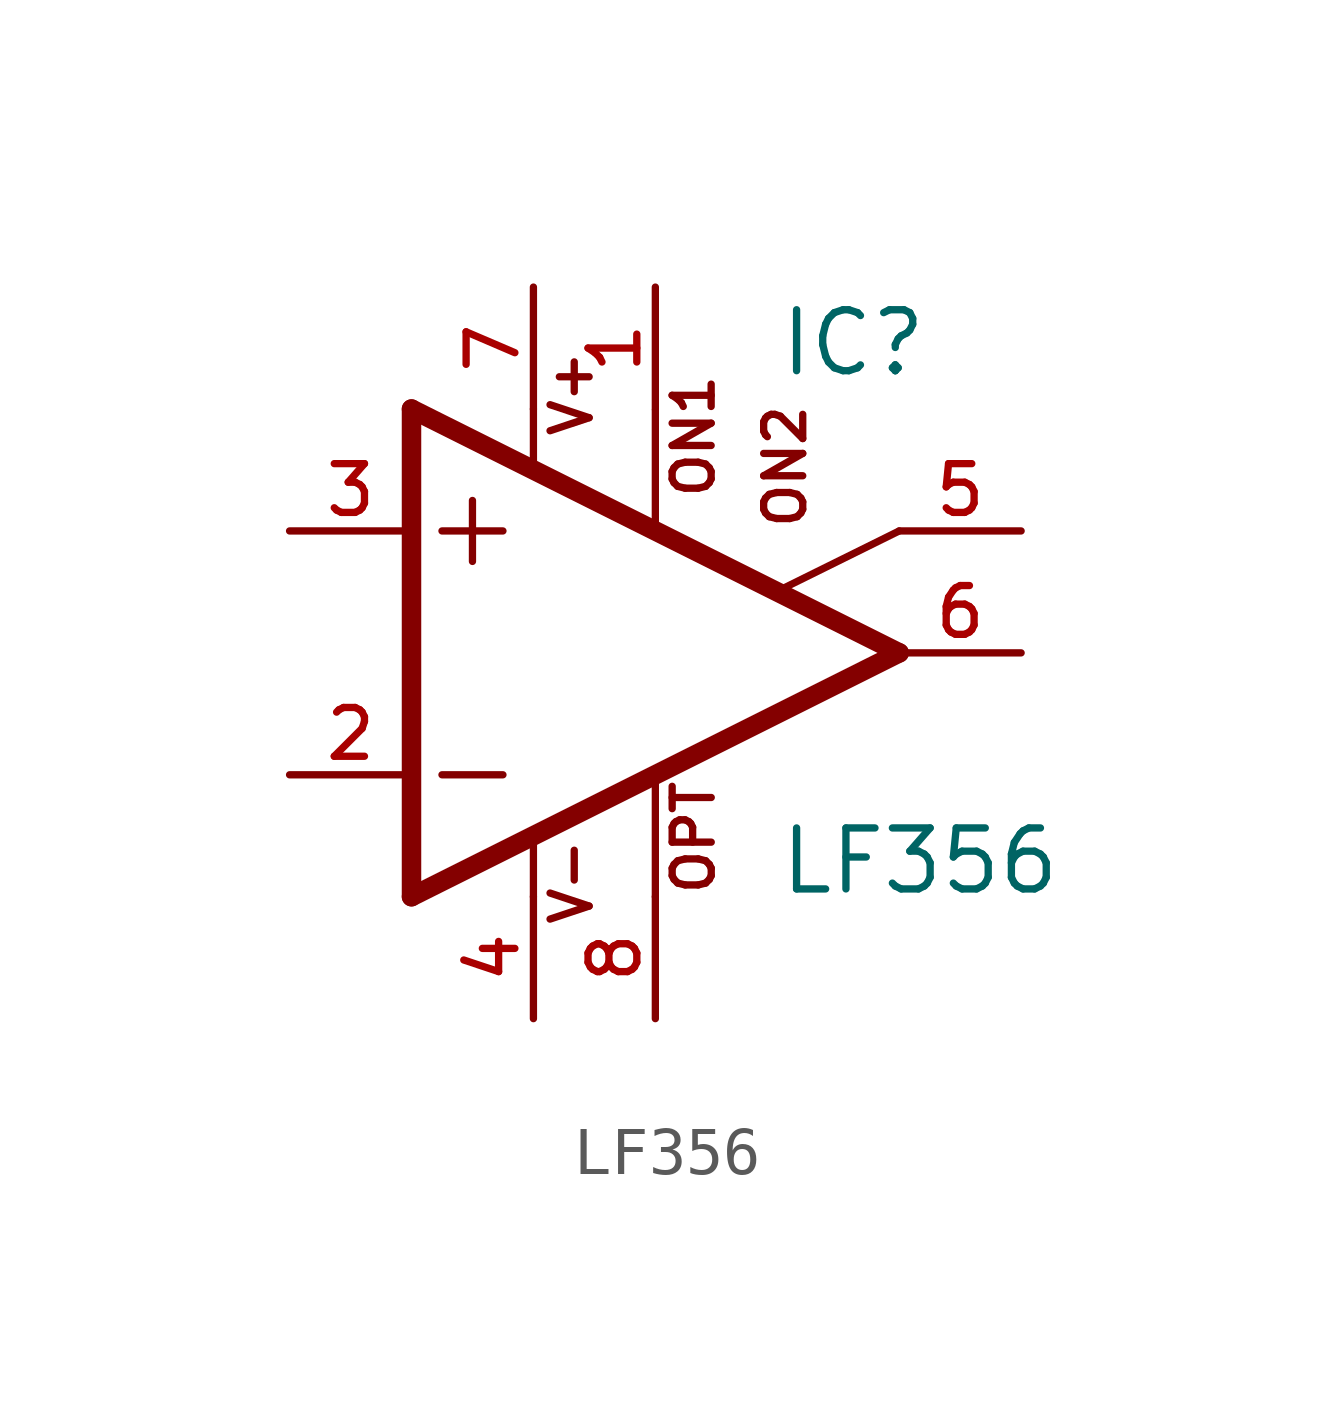
<source format=kicad_sym>
(kicad_symbol_lib
  (version 20211014)
  (generator kicad_symbol_editor)
  (symbol "LF356"
    (pin_names
      (offset 1.016))
    (property "Reference" "IC"
      (at 2.54 5.715 0)
      (effects (font (size 1.27 1.27)) (justify bottom left)))
    (property "Value" "LF356"
      (at 2.54 -5.081 0)
      (effects (font (size 1.27 1.27)) (justify bottom left)))
    (symbol "LF356_0_0"
      (polyline (pts (xy -3.81 3.175) (xy -3.81 1.905)) (stroke (width 0.152)))
      (polyline (pts (xy -4.445 2.54) (xy -3.175 2.54)) (stroke (width 0.152)))
      (polyline (pts (xy -4.445 -2.54) (xy -3.175 -2.54)) (stroke (width 0.152)))
      (polyline (pts (xy -2.54 5.08) (xy -2.54 3.886)) (stroke (width 0.152)))
      (polyline (pts (xy 0.0 5.055) (xy 0.0 2.616)) (stroke (width 0.152)))
      (polyline (pts (xy 0.0 -2.616) (xy 0.0 -5.08)) (stroke (width 0.152)))
      (polyline (pts (xy -2.54 -3.912) (xy -2.54 -5.08)) (stroke (width 0.152)))
      (polyline (pts (xy 5.08 2.54) (xy 2.616 1.321)) (stroke (width 0.152)))
      (polyline (pts (xy 5.08 0.0) (xy -5.08 5.08)) (stroke (width 0.406)))
      (polyline (pts (xy -5.08 5.08) (xy -5.08 -5.08)) (stroke (width 0.406)))
      (polyline (pts (xy -5.08 -5.08) (xy 5.08 0.0)) (stroke (width 0.406)))
      (text "ON1" (at 1.27 3.175 900) (effects (font (size 0.813 0.813)) (justify bottom left)))
      (text "ON2" (at 3.178 2.543 900) (effects (font (size 0.814 0.814)) (justify bottom left)))
      (text "OPT" (at 1.272 -5.09 900) (effects (font (size 0.814 0.814)) (justify bottom left)))
      (text "V+" (at -1.272 4.45 900) (effects (font (size 0.814 0.814)) (justify bottom left)))
      (text "V-" (at -1.272 -5.724 900) (effects (font (size 0.814 0.814)) (justify bottom left)))
      (pin passive line (at 7.62 2.54 180.0) (length 2.54) (name "~" (effects (font (size 1.016 1.016)))) (number "5" (effects (font (size 1.016 1.016)))))
      (pin passive line (at 0.0 7.62 270.0) (length 2.54) (name "~" (effects (font (size 1.016 1.016)))) (number "1" (effects (font (size 1.016 1.016)))))
      (pin input line (at -7.62 -2.54 0) (length 2.54) (name "~" (effects (font (size 1.016 1.016)))) (number "2" (effects (font (size 1.016 1.016)))))
      (pin input line (at -7.62 2.54 0) (length 2.54) (name "~" (effects (font (size 1.016 1.016)))) (number "3" (effects (font (size 1.016 1.016)))))
      (pin output line (at 7.62 0.0 180.0) (length 2.54) (name "~" (effects (font (size 1.016 1.016)))) (number "6" (effects (font (size 1.016 1.016)))))
      (pin passive line (at 0.0 -7.62 90.0) (length 2.54) (name "~" (effects (font (size 1.016 1.016)))) (number "8" (effects (font (size 1.016 1.016)))))
      (pin power_in line (at -2.54 7.62 270.0) (length 2.54) (name "~" (effects (font (size 1.016 1.016)))) (number "7" (effects (font (size 1.016 1.016)))))
      (pin power_in line (at -2.54 -7.62 90.0) (length 2.54) (name "~" (effects (font (size 1.016 1.016)))) (number "4" (effects (font (size 1.016 1.016))))))))
</source>
